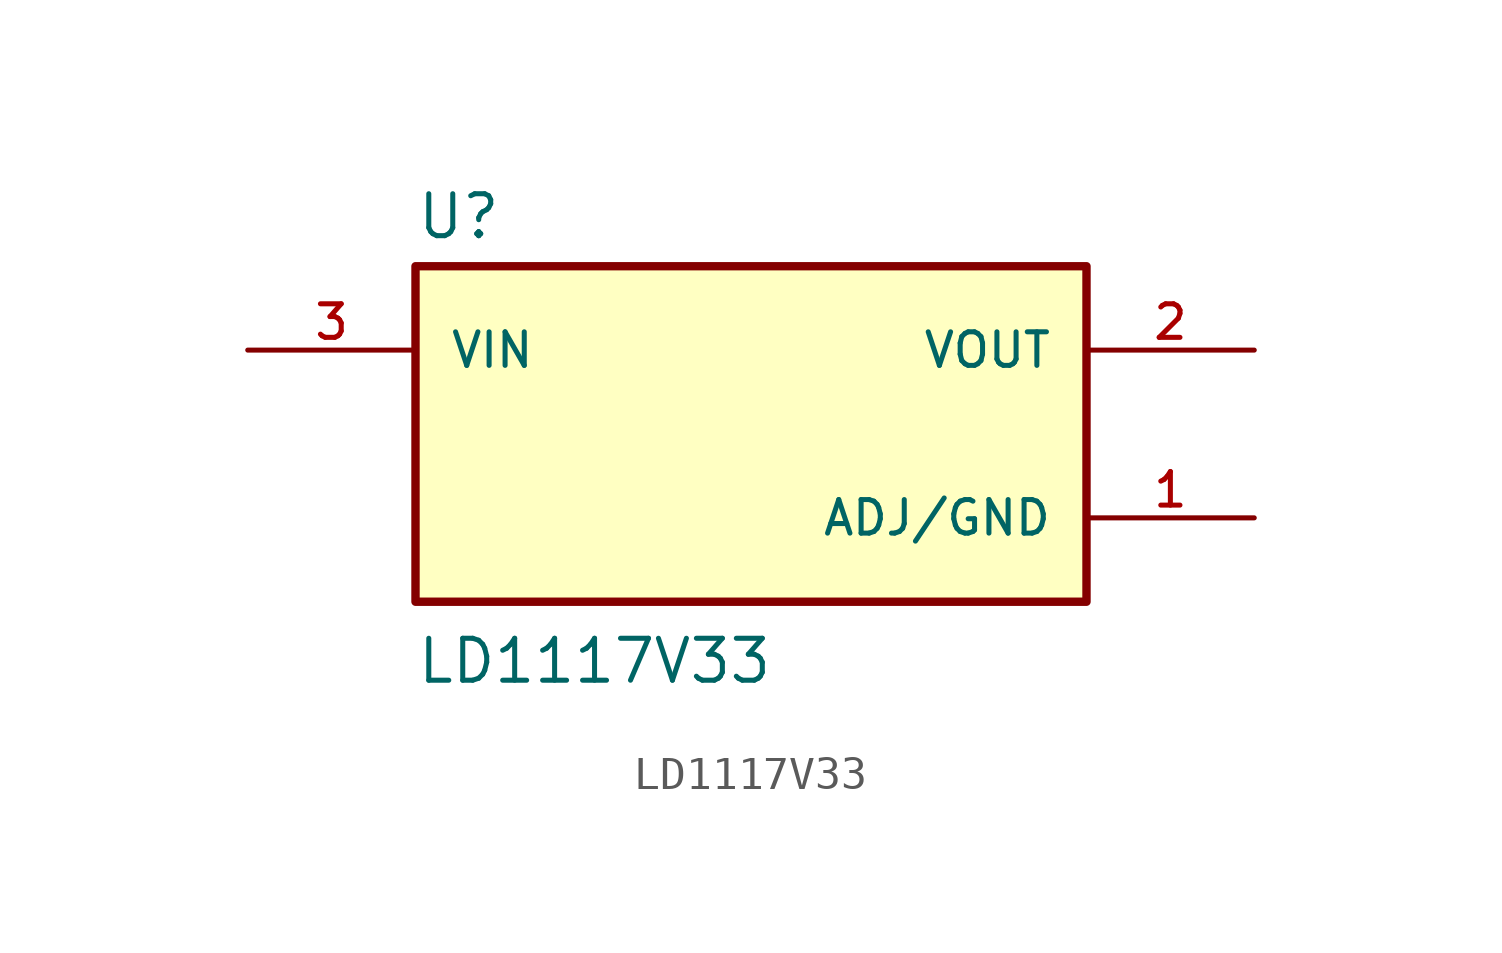
<source format=kicad_sym>
(kicad_symbol_lib
  (version 20211014)
  (generator kicad_symbol_editor)
  (symbol "LD1117V33"
    (pin_names
      (offset 1.016))
    (property "Reference" "U"
      (at -10.16 5.842 0)
      (effects (font (size 1.27 1.27)) (justify bottom left)))
    (property "Value" "LD1117V33"
      (at -10.16 -7.62 0)
      (effects (font (size 1.27 1.27)) (justify bottom left)))
    (symbol "LD1117V33_0_0"
      (rectangle (start -10.16 -5.08) (end 10.16 5.08) (stroke (width 0.254)) (fill (type background)))
      (pin input line (at -15.24 2.54 0) (length 5.08) (name "VIN" (effects (font (size 1.016 1.016)))) (number "3" (effects (font (size 1.016 1.016)))))
      (pin passive line (at 15.24 -2.54 180.0) (length 5.08) (name "ADJ/GND" (effects (font (size 1.016 1.016)))) (number "1" (effects (font (size 1.016 1.016)))))
      (pin output line (at 15.24 2.54 180.0) (length 5.08) (name "VOUT" (effects (font (size 1.016 1.016)))) (number "2" (effects (font (size 1.016 1.016))))))))
</source>
